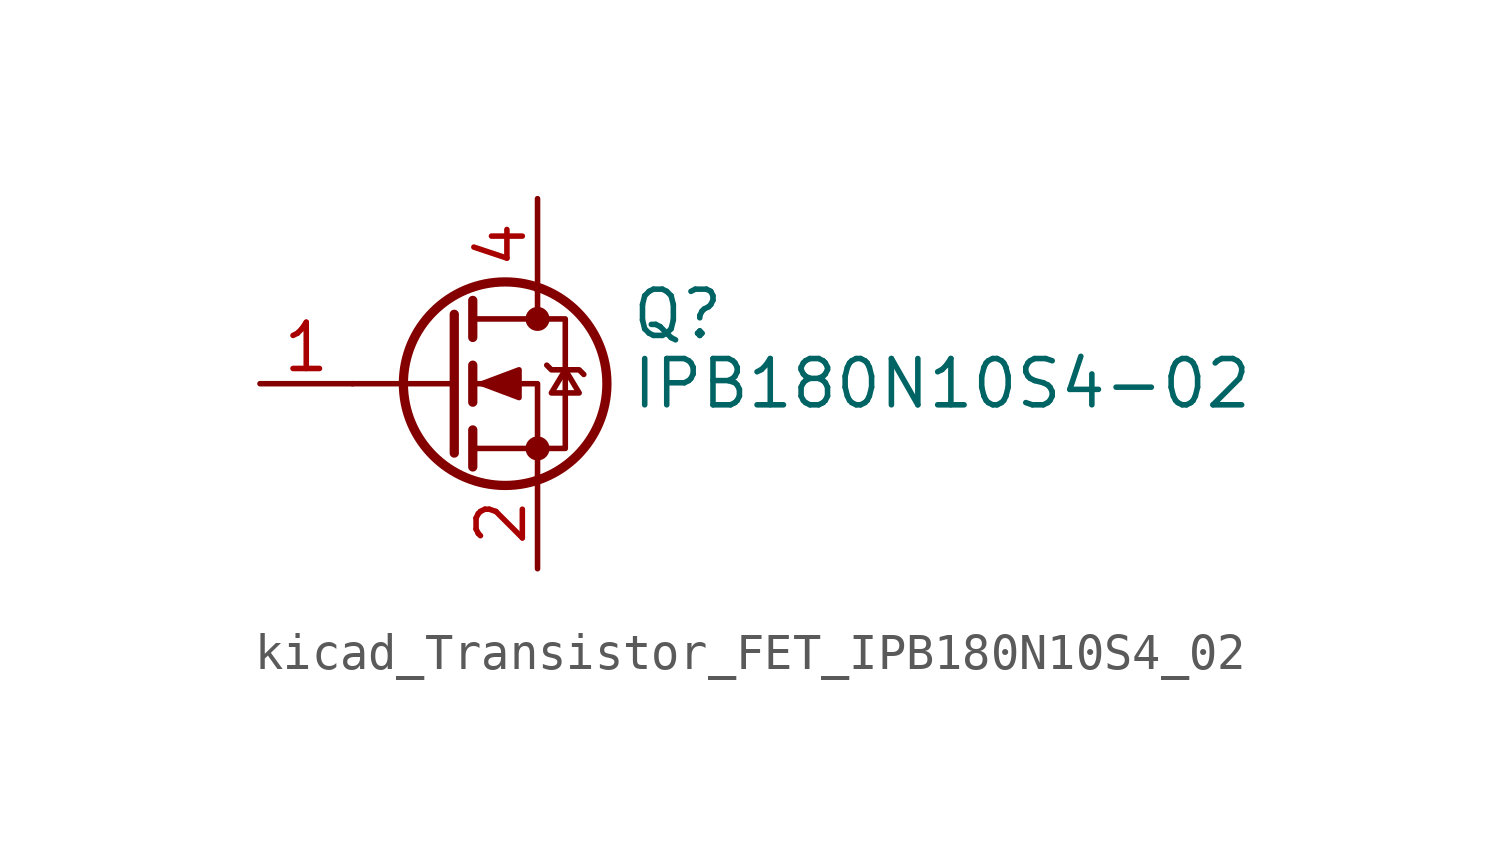
<source format=kicad_sym>
(kicad_symbol_lib
  (version 20220914)
  (generator kicad_symbol_editor)
  (symbol "kicad_Transistor_FET_IPB180N10S4_02"
    (pin_names hide)
    (property "Reference" "Q"
      (at 5.08 1.905 0)
      (effects (font (size 1.27 1.27)) (justify left)))
    (property "Value" "IPB180N10S4-02"
      (at 5.08 0 0)
      (effects (font (size 1.27 1.27)) (justify left)))
    (symbol "kicad_Transistor_FET_IPB180N10S4_02_0_1"
      (polyline (pts (xy 0.254 0) (xy -2.54 0)) (stroke (width 0) (type default)) (fill (type none)))
      (polyline (pts (xy 0.254 1.905) (xy 0.254 -1.905)) (stroke (width 0.254) (type default)) (fill (type none)))
      (polyline (pts (xy 0.762 -1.27) (xy 0.762 -2.286)) (stroke (width 0.254) (type default)) (fill (type none)))
      (polyline (pts (xy 0.762 0.508) (xy 0.762 -0.508)) (stroke (width 0.254) (type default)) (fill (type none)))
      (polyline (pts (xy 0.762 2.286) (xy 0.762 1.27)) (stroke (width 0.254) (type default)) (fill (type none)))
      (polyline (pts (xy 2.54 2.54) (xy 2.54 1.778)) (stroke (width 0) (type default)) (fill (type none)))
      (polyline (pts (xy 2.54 -2.54) (xy 2.54 0) (xy 0.762 0)) (stroke (width 0) (type default)) (fill (type none)))
      (polyline (pts (xy 0.762 -1.778) (xy 3.302 -1.778) (xy 3.302 1.778) (xy 0.762 1.778)) (stroke (width 0) (type default)) (fill (type none)))
      (polyline (pts (xy 1.016 0) (xy 2.032 0.381) (xy 2.032 -0.381) (xy 1.016 0)) (stroke (width 0) (type default)) (fill (type outline)))
      (polyline (pts (xy 2.794 0.508) (xy 2.921 0.381) (xy 3.683 0.381) (xy 3.81 0.254)) (stroke (width 0) (type default)) (fill (type none)))
      (polyline (pts (xy 3.302 0.381) (xy 2.921 -0.254) (xy 3.683 -0.254) (xy 3.302 0.381)) (stroke (width 0) (type default)) (fill (type none)))
      (circle (center 1.651 0) (radius 2.794) (stroke (width 0.254) (type default)) (fill (type none)))
      (circle (center 2.54 -1.778) (radius 0.254) (stroke (width 0) (type default)) (fill (type outline)))
      (circle (center 2.54 1.778) (radius 0.254) (stroke (width 0) (type default)) (fill (type outline))))
    (symbol "kicad_Transistor_FET_IPB180N10S4_02_1_1"
      (pin passive line (at -5.08 0 0) (length 2.54) (name "G" (effects (font (size 1.27 1.27)))) (number "1" (effects (font (size 1.27 1.27)))))
      (pin passive line (at 2.54 -5.08 90) (length 2.54) (name "S" (effects (font (size 1.27 1.27)))) (number "2" (effects (font (size 1.27 1.27)))))
      (pin passive line (at 2.54 -5.08 90) (length 2.54) hide (name "S" (effects (font (size 1.27 1.27)))) (number "3" (effects (font (size 1.27 1.27)))))
      (pin passive line (at 2.54 5.08 270) (length 2.54) (name "D" (effects (font (size 1.27 1.27)))) (number "4" (effects (font (size 1.27 1.27)))))
      (pin passive line (at 2.54 -5.08 90) (length 2.54) hide (name "S" (effects (font (size 1.27 1.27)))) (number "5" (effects (font (size 1.27 1.27)))))
      (pin passive line (at 2.54 -5.08 90) (length 2.54) hide (name "S" (effects (font (size 1.27 1.27)))) (number "6" (effects (font (size 1.27 1.27)))))
      (pin passive line (at 2.54 -5.08 90) (length 2.54) hide (name "S" (effects (font (size 1.27 1.27)))) (number "7" (effects (font (size 1.27 1.27))))))))
</source>
